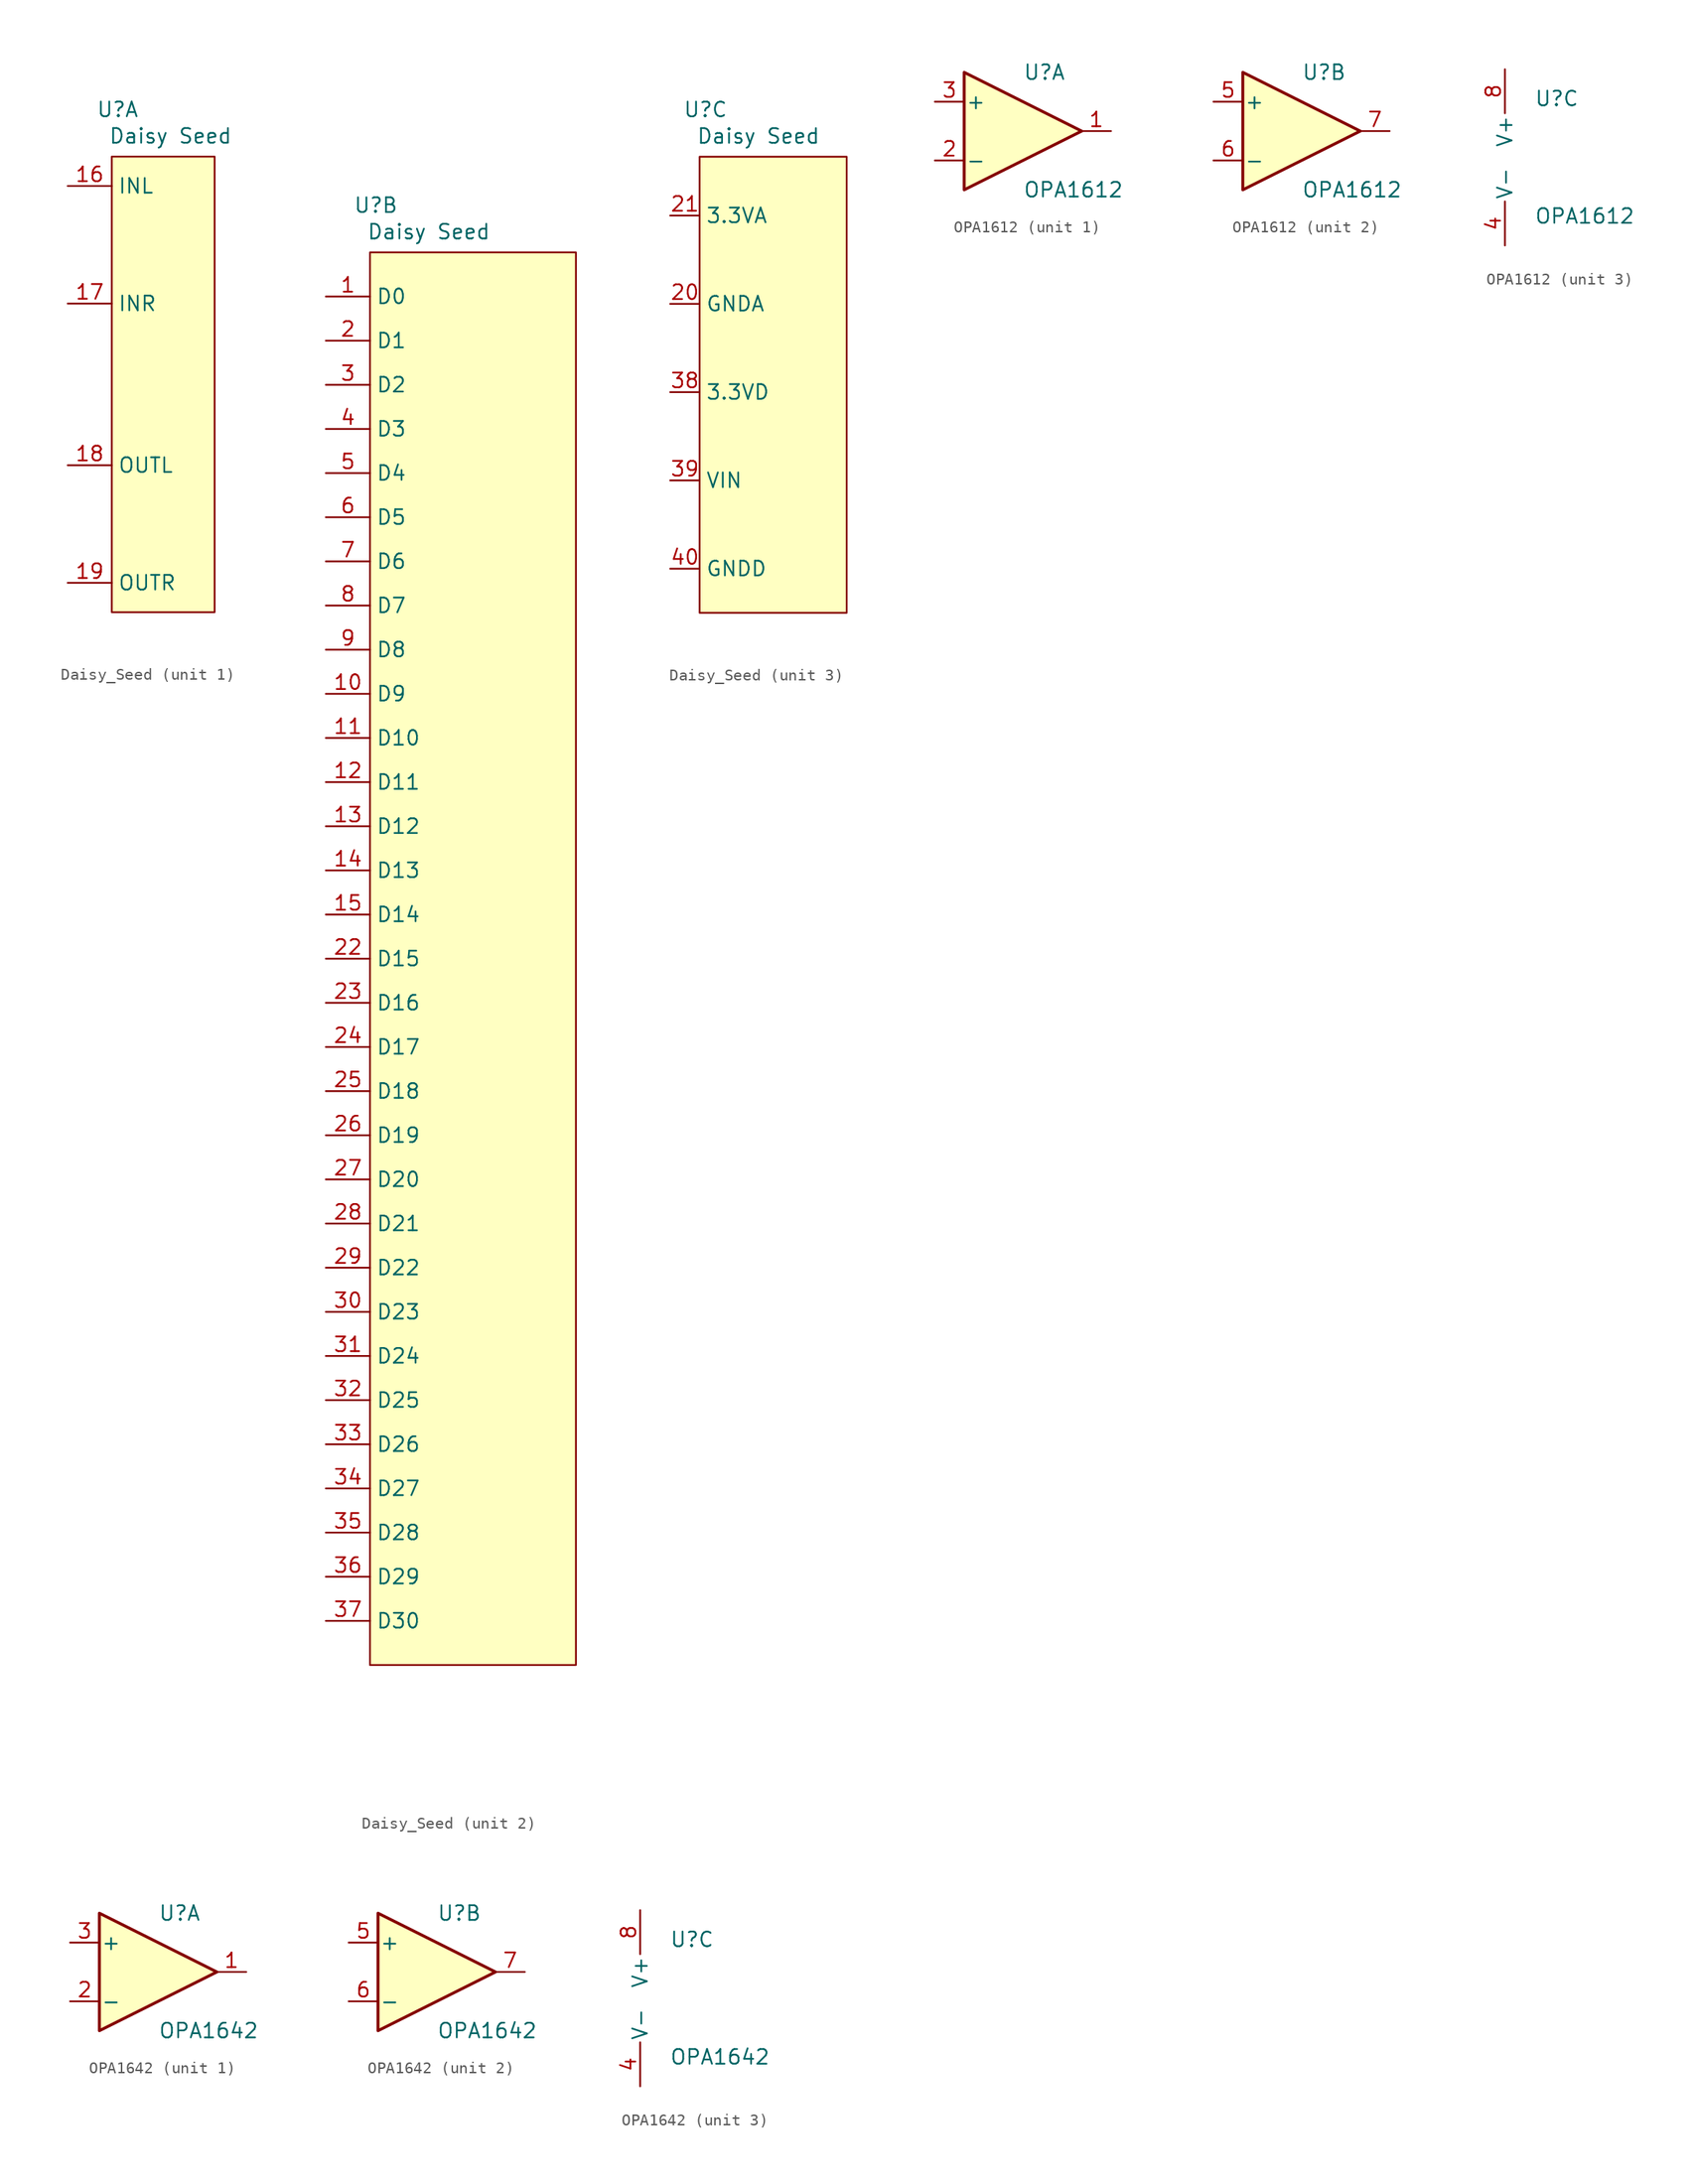
<source format=kicad_sym>
(kicad_symbol_lib
  (version 20241209)
  (generator "kicad_symbol_editor")
  (generator_version "9.0")
  (symbol "Daisy_Seed"
    (property "Reference" "U"
      (at 0.508 4.064 0)
      (effects (font (size 1.27 1.27))))
    (property "Value" "Daisy Seed"
      (at 5.08 1.778 0)
      (effects (font (size 1.27 1.27))))
    (property "ki_locked" ""
      (at 0 0 0)
      (effects (font (size 1.27 1.27))))
    (symbol "Daisy_Seed_1_1"
      (unit_name "Audio")
      (rectangle (start 0 0) (end 8.89 -39.37) (stroke (width 0) (type solid)) (fill (type background)))
      (pin input line (at -3.81 -2.54 0) (length 3.81) (name "INL" (effects (font (size 1.27 1.27)))) (number "16" (effects (font (size 1.27 1.27)))))
      (pin input line (at -3.81 -12.7 0) (length 3.81) (name "INR" (effects (font (size 1.27 1.27)))) (number "17" (effects (font (size 1.27 1.27)))))
      (pin output line (at -3.81 -26.67 0) (length 3.81) (name "OUTL" (effects (font (size 1.27 1.27)))) (number "18" (effects (font (size 1.27 1.27)))))
      (pin output line (at -3.81 -36.83 0) (length 3.81) (name "OUTR" (effects (font (size 1.27 1.27)))) (number "19" (effects (font (size 1.27 1.27))))))
    (symbol "Daisy_Seed_2_1"
      (unit_name "E/S")
      (rectangle (start 0 0) (end 17.78 -121.92) (stroke (width 0) (type solid)) (fill (type background)))
      (pin bidirectional line (at -3.81 -3.81 0) (length 3.81) (name "D0" (effects (font (size 1.27 1.27)))) (number "1" (effects (font (size 1.27 1.27)))))
      (pin bidirectional line (at -3.81 -7.62 0) (length 3.81) (name "D1" (effects (font (size 1.27 1.27)))) (number "2" (effects (font (size 1.27 1.27)))))
      (pin bidirectional line (at -3.81 -11.43 0) (length 3.81) (name "D2" (effects (font (size 1.27 1.27)))) (number "3" (effects (font (size 1.27 1.27)))))
      (pin bidirectional line (at -3.81 -15.24 0) (length 3.81) (name "D3" (effects (font (size 1.27 1.27)))) (number "4" (effects (font (size 1.27 1.27)))))
      (pin bidirectional line (at -3.81 -19.05 0) (length 3.81) (name "D4" (effects (font (size 1.27 1.27)))) (number "5" (effects (font (size 1.27 1.27)))))
      (pin bidirectional line (at -3.81 -22.86 0) (length 3.81) (name "D5" (effects (font (size 1.27 1.27)))) (number "6" (effects (font (size 1.27 1.27)))))
      (pin bidirectional line (at -3.81 -26.67 0) (length 3.81) (name "D6" (effects (font (size 1.27 1.27)))) (number "7" (effects (font (size 1.27 1.27)))))
      (pin bidirectional line (at -3.81 -30.48 0) (length 3.81) (name "D7" (effects (font (size 1.27 1.27)))) (number "8" (effects (font (size 1.27 1.27)))))
      (pin bidirectional line (at -3.81 -34.29 0) (length 3.81) (name "D8" (effects (font (size 1.27 1.27)))) (number "9" (effects (font (size 1.27 1.27)))))
      (pin bidirectional line (at -3.81 -38.1 0) (length 3.81) (name "D9" (effects (font (size 1.27 1.27)))) (number "10" (effects (font (size 1.27 1.27)))))
      (pin bidirectional line (at -3.81 -41.91 0) (length 3.81) (name "D10" (effects (font (size 1.27 1.27)))) (number "11" (effects (font (size 1.27 1.27)))))
      (pin bidirectional line (at -3.81 -45.72 0) (length 3.81) (name "D11" (effects (font (size 1.27 1.27)))) (number "12" (effects (font (size 1.27 1.27)))))
      (pin bidirectional line (at -3.81 -49.53 0) (length 3.81) (name "D12" (effects (font (size 1.27 1.27)))) (number "13" (effects (font (size 1.27 1.27)))))
      (pin bidirectional line (at -3.81 -53.34 0) (length 3.81) (name "D13" (effects (font (size 1.27 1.27)))) (number "14" (effects (font (size 1.27 1.27)))))
      (pin bidirectional line (at -3.81 -57.15 0) (length 3.81) (name "D14" (effects (font (size 1.27 1.27)))) (number "15" (effects (font (size 1.27 1.27)))))
      (pin bidirectional line (at -3.81 -60.96 0) (length 3.81) (name "D15" (effects (font (size 1.27 1.27)))) (number "22" (effects (font (size 1.27 1.27)))))
      (pin bidirectional line (at -3.81 -64.77 0) (length 3.81) (name "D16" (effects (font (size 1.27 1.27)))) (number "23" (effects (font (size 1.27 1.27)))))
      (pin bidirectional line (at -3.81 -68.58 0) (length 3.81) (name "D17" (effects (font (size 1.27 1.27)))) (number "24" (effects (font (size 1.27 1.27)))))
      (pin bidirectional line (at -3.81 -72.39 0) (length 3.81) (name "D18" (effects (font (size 1.27 1.27)))) (number "25" (effects (font (size 1.27 1.27)))))
      (pin bidirectional line (at -3.81 -76.2 0) (length 3.81) (name "D19" (effects (font (size 1.27 1.27)))) (number "26" (effects (font (size 1.27 1.27)))))
      (pin bidirectional line (at -3.81 -80.01 0) (length 3.81) (name "D20" (effects (font (size 1.27 1.27)))) (number "27" (effects (font (size 1.27 1.27)))))
      (pin bidirectional line (at -3.81 -83.82 0) (length 3.81) (name "D21" (effects (font (size 1.27 1.27)))) (number "28" (effects (font (size 1.27 1.27)))))
      (pin bidirectional line (at -3.81 -87.63 0) (length 3.81) (name "D22" (effects (font (size 1.27 1.27)))) (number "29" (effects (font (size 1.27 1.27)))))
      (pin bidirectional line (at -3.81 -91.44 0) (length 3.81) (name "D23" (effects (font (size 1.27 1.27)))) (number "30" (effects (font (size 1.27 1.27)))))
      (pin bidirectional line (at -3.81 -95.25 0) (length 3.81) (name "D24" (effects (font (size 1.27 1.27)))) (number "31" (effects (font (size 1.27 1.27)))))
      (pin bidirectional line (at -3.81 -99.06 0) (length 3.81) (name "D25" (effects (font (size 1.27 1.27)))) (number "32" (effects (font (size 1.27 1.27)))))
      (pin bidirectional line (at -3.81 -102.87 0) (length 3.81) (name "D26" (effects (font (size 1.27 1.27)))) (number "33" (effects (font (size 1.27 1.27)))))
      (pin bidirectional line (at -3.81 -106.68 0) (length 3.81) (name "D27" (effects (font (size 1.27 1.27)))) (number "34" (effects (font (size 1.27 1.27)))))
      (pin bidirectional line (at -3.81 -110.49 0) (length 3.81) (name "D28" (effects (font (size 1.27 1.27)))) (number "35" (effects (font (size 1.27 1.27)))))
      (pin bidirectional line (at -3.81 -114.3 0) (length 3.81) (name "D29" (effects (font (size 1.27 1.27)))) (number "36" (effects (font (size 1.27 1.27)))))
      (pin bidirectional line (at -3.81 -118.11 0) (length 3.81) (name "D30" (effects (font (size 1.27 1.27)))) (number "37" (effects (font (size 1.27 1.27))))))
    (symbol "Daisy_Seed_3_1"
      (unit_name "Alim")
      (rectangle (start 0 0) (end 12.7 -39.37) (stroke (width 0) (type solid)) (fill (type background)))
      (pin input line (at -2.54 -5.08 0) (length 2.54) (name "3.3VA" (effects (font (size 1.27 1.27)))) (number "21" (effects (font (size 1.27 1.27)))))
      (pin input line (at -2.54 -12.7 0) (length 2.54) (name "GNDA" (effects (font (size 1.27 1.27)))) (number "20" (effects (font (size 1.27 1.27)))))
      (pin input line (at -2.54 -20.32 0) (length 2.54) (name "3.3VD" (effects (font (size 1.27 1.27)))) (number "38" (effects (font (size 1.27 1.27)))))
      (pin input line (at -2.54 -27.94 0) (length 2.54) (name "VIN" (effects (font (size 1.27 1.27)))) (number "39" (effects (font (size 1.27 1.27)))))
      (pin input line (at -2.54 -35.56 0) (length 2.54) (name "GNDD" (effects (font (size 1.27 1.27)))) (number "40" (effects (font (size 1.27 1.27)))))))
  (symbol "OPA1612"
    (pin_names
      (offset 0.127))
    (property "Reference" "U"
      (at 0 5.08 0)
      (effects (font (size 1.27 1.27)) (justify left)))
    (property "Value" "OPA1612"
      (at 0 -5.08 0)
      (effects (font (size 1.27 1.27)) (justify left)))
    (property "ki_locked" ""
      (at 0 0 0)
      (effects (font (size 1.27 1.27))))
    (symbol "OPA1612_1_1"
      (polyline (pts (xy -5.08 5.08) (xy 5.08 0) (xy -5.08 -5.08) (xy -5.08 5.08)) (stroke (width 0.254) (type default)) (fill (type background)))
      (pin input line (at -7.62 2.54 0) (length 2.54) (name "+" (effects (font (size 1.27 1.27)))) (number "3" (effects (font (size 1.27 1.27)))))
      (pin input line (at -7.62 -2.54 0) (length 2.54) (name "-" (effects (font (size 1.27 1.27)))) (number "2" (effects (font (size 1.27 1.27)))))
      (pin output line (at 7.62 0 180) (length 2.54) (name "~" (effects (font (size 1.27 1.27)))) (number "1" (effects (font (size 1.27 1.27))))))
    (symbol "OPA1612_2_1"
      (polyline (pts (xy -5.08 5.08) (xy 5.08 0) (xy -5.08 -5.08) (xy -5.08 5.08)) (stroke (width 0.254) (type default)) (fill (type background)))
      (pin input line (at -7.62 2.54 0) (length 2.54) (name "+" (effects (font (size 1.27 1.27)))) (number "5" (effects (font (size 1.27 1.27)))))
      (pin input line (at -7.62 -2.54 0) (length 2.54) (name "-" (effects (font (size 1.27 1.27)))) (number "6" (effects (font (size 1.27 1.27)))))
      (pin output line (at 7.62 0 180) (length 2.54) (name "~" (effects (font (size 1.27 1.27)))) (number "7" (effects (font (size 1.27 1.27))))))
    (symbol "OPA1612_3_1"
      (pin power_in line (at -2.54 7.62 270) (length 3.81) (name "V+" (effects (font (size 1.27 1.27)))) (number "8" (effects (font (size 1.27 1.27)))))
      (pin power_in line (at -2.54 -7.62 90) (length 3.81) (name "V-" (effects (font (size 1.27 1.27)))) (number "4" (effects (font (size 1.27 1.27)))))))
  (symbol "OPA1642"
    (pin_names
      (offset 0.127))
    (property "Reference" "U"
      (at 0 5.08 0)
      (effects (font (size 1.27 1.27)) (justify left)))
    (property "Value" "OPA1642"
      (at 0 -5.08 0)
      (effects (font (size 1.27 1.27)) (justify left)))
    (property "ki_locked" ""
      (at 0 0 0)
      (effects (font (size 1.27 1.27))))
    (symbol "OPA1642_1_1"
      (polyline (pts (xy -5.08 5.08) (xy 5.08 0) (xy -5.08 -5.08) (xy -5.08 5.08)) (stroke (width 0.254) (type default)) (fill (type background)))
      (pin input line (at -7.62 2.54 0) (length 2.54) (name "+" (effects (font (size 1.27 1.27)))) (number "3" (effects (font (size 1.27 1.27)))))
      (pin input line (at -7.62 -2.54 0) (length 2.54) (name "-" (effects (font (size 1.27 1.27)))) (number "2" (effects (font (size 1.27 1.27)))))
      (pin output line (at 7.62 0 180) (length 2.54) (name "~" (effects (font (size 1.27 1.27)))) (number "1" (effects (font (size 1.27 1.27))))))
    (symbol "OPA1642_2_1"
      (polyline (pts (xy -5.08 5.08) (xy 5.08 0) (xy -5.08 -5.08) (xy -5.08 5.08)) (stroke (width 0.254) (type default)) (fill (type background)))
      (pin input line (at -7.62 2.54 0) (length 2.54) (name "+" (effects (font (size 1.27 1.27)))) (number "5" (effects (font (size 1.27 1.27)))))
      (pin input line (at -7.62 -2.54 0) (length 2.54) (name "-" (effects (font (size 1.27 1.27)))) (number "6" (effects (font (size 1.27 1.27)))))
      (pin output line (at 7.62 0 180) (length 2.54) (name "~" (effects (font (size 1.27 1.27)))) (number "7" (effects (font (size 1.27 1.27))))))
    (symbol "OPA1642_3_1"
      (pin power_in line (at -2.54 7.62 270) (length 3.81) (name "V+" (effects (font (size 1.27 1.27)))) (number "8" (effects (font (size 1.27 1.27)))))
      (pin power_in line (at -2.54 -7.62 90) (length 3.81) (name "V-" (effects (font (size 1.27 1.27)))) (number "4" (effects (font (size 1.27 1.27))))))))
</source>
